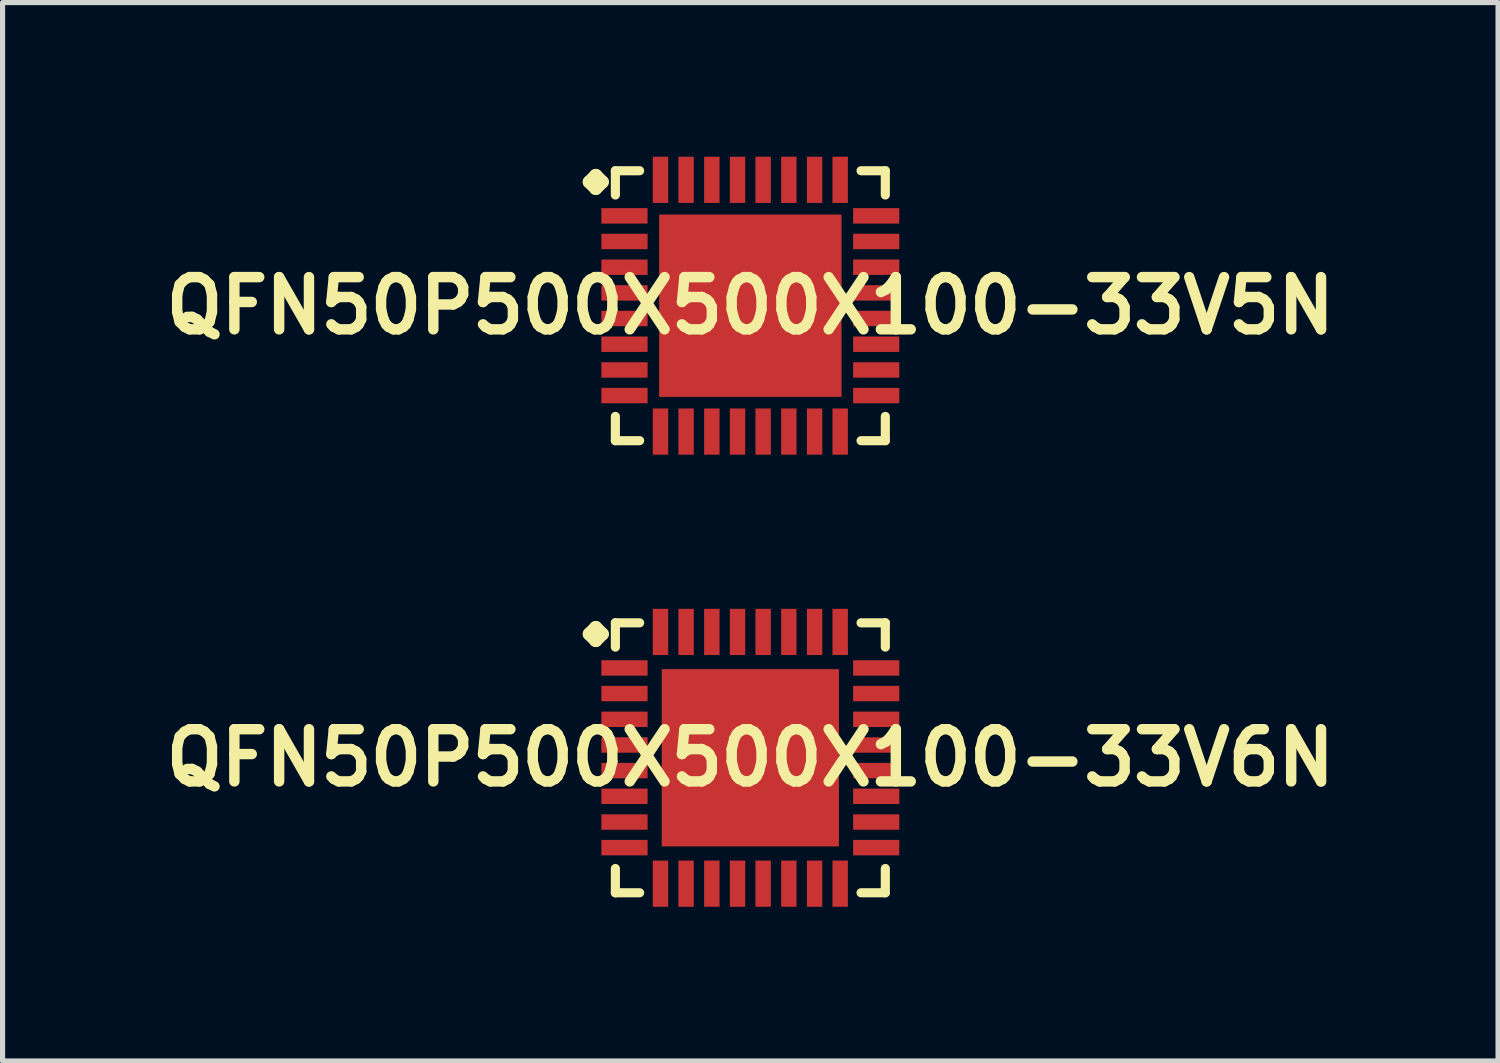
<source format=kicad_pcb>
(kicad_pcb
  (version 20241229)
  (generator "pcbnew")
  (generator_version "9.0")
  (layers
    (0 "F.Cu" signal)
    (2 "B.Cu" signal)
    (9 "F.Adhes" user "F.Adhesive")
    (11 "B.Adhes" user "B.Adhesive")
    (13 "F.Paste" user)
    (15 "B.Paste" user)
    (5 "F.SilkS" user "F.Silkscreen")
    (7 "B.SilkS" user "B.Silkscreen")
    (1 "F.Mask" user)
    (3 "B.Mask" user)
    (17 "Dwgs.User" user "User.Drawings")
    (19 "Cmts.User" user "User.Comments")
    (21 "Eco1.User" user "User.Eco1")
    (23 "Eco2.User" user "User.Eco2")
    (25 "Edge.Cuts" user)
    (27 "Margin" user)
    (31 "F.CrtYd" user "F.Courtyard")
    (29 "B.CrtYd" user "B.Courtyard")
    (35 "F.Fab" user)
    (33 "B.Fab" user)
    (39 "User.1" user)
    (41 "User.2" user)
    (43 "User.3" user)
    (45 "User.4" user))
  (footprint "QFN50P500X500X100-33V6N"
    (layer "F.Cu")
    (at 11.549 11.694)
    (property "Reference" "QFN50P500X500X100-33V6N" (at 0 0 0) (layer "F.SilkS") (effects (font (size 1.016 1.016) (thickness 0.203))))
    (attr smd)
    (fp_line (start -3.134 -2.408) (end -3.007 -2.535) (stroke (width 0.254) (type solid)) (layer "F.SilkS"))
    (fp_line (start -3.007 -2.535) (end -2.88 -2.408) (stroke (width 0.254) (type solid)) (layer "F.SilkS"))
    (fp_line (start -3.007 -2.281) (end -3.134 -2.408) (stroke (width 0.254) (type solid)) (layer "F.SilkS"))
    (fp_line (start -2.88 -2.408) (end -3.007 -2.281) (stroke (width 0.254) (type solid)) (layer "F.SilkS"))
    (fp_line (start -2.626 -2.626) (end -2.154 -2.626) (stroke (width 0.178) (type solid)) (layer "F.SilkS"))
    (fp_line (start -2.626 -2.154) (end -2.626 -2.626) (stroke (width 0.178) (type solid)) (layer "F.SilkS"))
    (fp_line (start -2.626 2.154) (end -2.626 2.626) (stroke (width 0.178) (type solid)) (layer "F.SilkS"))
    (fp_line (start -2.626 2.626) (end -2.154 2.626) (stroke (width 0.178) (type solid)) (layer "F.SilkS"))
    (fp_line (start 2.154 -2.626) (end 2.626 -2.626) (stroke (width 0.178) (type solid)) (layer "F.SilkS"))
    (fp_line (start 2.154 2.626) (end 2.626 2.626) (stroke (width 0.178) (type solid)) (layer "F.SilkS"))
    (fp_line (start 2.626 -2.626) (end 2.626 -2.154) (stroke (width 0.178) (type solid)) (layer "F.SilkS"))
    (fp_line (start 2.626 2.626) (end 2.626 2.154) (stroke (width 0.178) (type solid)) (layer "F.SilkS"))
    (pad "1" smd rect (at -2.449 -1.748) (size 0.899 0.3) (layers "F.Cu" "F.Mask" "F.Paste"))
    (pad "2" smd rect (at -2.449 -1.25) (size 0.899 0.3) (layers "F.Cu" "F.Mask" "F.Paste"))
    (pad "3" smd rect (at -2.449 -0.749) (size 0.899 0.3) (layers "F.Cu" "F.Mask" "F.Paste"))
    (pad "4" smd rect (at -2.449 -0.249) (size 0.899 0.3) (layers "F.Cu" "F.Mask" "F.Paste"))
    (pad "5" smd rect (at -2.449 0.249) (size 0.899 0.3) (layers "F.Cu" "F.Mask" "F.Paste"))
    (pad "6" smd rect (at -2.449 0.749) (size 0.899 0.3) (layers "F.Cu" "F.Mask" "F.Paste"))
    (pad "7" smd rect (at -2.449 1.25) (size 0.899 0.3) (layers "F.Cu" "F.Mask" "F.Paste"))
    (pad "8" smd rect (at -2.449 1.748) (size 0.899 0.3) (layers "F.Cu" "F.Mask" "F.Paste"))
    (pad "9" smd rect (at -1.748 2.449) (size 0.3 0.899) (layers "F.Cu" "F.Mask" "F.Paste"))
    (pad "10" smd rect (at -1.25 2.449) (size 0.3 0.899) (layers "F.Cu" "F.Mask" "F.Paste"))
    (pad "11" smd rect (at -0.749 2.449) (size 0.3 0.899) (layers "F.Cu" "F.Mask" "F.Paste"))
    (pad "12" smd rect (at -0.249 2.449) (size 0.3 0.899) (layers "F.Cu" "F.Mask" "F.Paste"))
    (pad "13" smd rect (at 0.249 2.449) (size 0.3 0.899) (layers "F.Cu" "F.Mask" "F.Paste"))
    (pad "14" smd rect (at 0.749 2.449) (size 0.3 0.899) (layers "F.Cu" "F.Mask" "F.Paste"))
    (pad "15" smd rect (at 1.25 2.449) (size 0.3 0.899) (layers "F.Cu" "F.Mask" "F.Paste"))
    (pad "16" smd rect (at 1.748 2.449) (size 0.3 0.899) (layers "F.Cu" "F.Mask" "F.Paste"))
    (pad "17" smd rect (at 2.449 1.748) (size 0.899 0.3) (layers "F.Cu" "F.Mask" "F.Paste"))
    (pad "18" smd rect (at 2.449 1.25) (size 0.899 0.3) (layers "F.Cu" "F.Mask" "F.Paste"))
    (pad "19" smd rect (at 2.449 0.749) (size 0.899 0.3) (layers "F.Cu" "F.Mask" "F.Paste"))
    (pad "20" smd rect (at 2.449 0.249) (size 0.899 0.3) (layers "F.Cu" "F.Mask" "F.Paste"))
    (pad "21" smd rect (at 2.449 -0.249) (size 0.899 0.3) (layers "F.Cu" "F.Mask" "F.Paste"))
    (pad "22" smd rect (at 2.449 -0.749) (size 0.899 0.3) (layers "F.Cu" "F.Mask" "F.Paste"))
    (pad "23" smd rect (at 2.449 -1.25) (size 0.899 0.3) (layers "F.Cu" "F.Mask" "F.Paste"))
    (pad "24" smd rect (at 2.449 -1.748) (size 0.899 0.3) (layers "F.Cu" "F.Mask" "F.Paste"))
    (pad "25" smd rect (at 1.748 -2.449) (size 0.3 0.899) (layers "F.Cu" "F.Mask" "F.Paste"))
    (pad "26" smd rect (at 1.25 -2.449) (size 0.3 0.899) (layers "F.Cu" "F.Mask" "F.Paste"))
    (pad "27" smd rect (at 0.749 -2.449) (size 0.3 0.899) (layers "F.Cu" "F.Mask" "F.Paste"))
    (pad "28" smd rect (at 0.249 -2.449) (size 0.3 0.899) (layers "F.Cu" "F.Mask" "F.Paste"))
    (pad "29" smd rect (at -0.249 -2.449) (size 0.3 0.899) (layers "F.Cu" "F.Mask" "F.Paste"))
    (pad "30" smd rect (at -0.749 -2.449) (size 0.3 0.899) (layers "F.Cu" "F.Mask" "F.Paste"))
    (pad "31" smd rect (at -1.25 -2.449) (size 0.3 0.899) (layers "F.Cu" "F.Mask" "F.Paste"))
    (pad "32" smd rect (at -1.748 -2.449) (size 0.3 0.899) (layers "F.Cu" "F.Mask" "F.Paste"))
    (pad "33" smd rect (at 0 0) (size 3.449 3.449) (layers "F.Cu" "F.Mask" "F.Paste")))
  (footprint "QFN50P500X500X100-33V5N"
    (layer "F.Cu")
    (at 11.549 2.898)
    (property "Reference" "QFN50P500X500X100-33V5N" (at 0 0 0) (layer "F.SilkS") (effects (font (size 1.016 1.016) (thickness 0.203))))
    (attr smd)
    (fp_line (start -3.134 -2.408) (end -3.007 -2.535) (stroke (width 0.254) (type solid)) (layer "F.SilkS"))
    (fp_line (start -3.007 -2.535) (end -2.88 -2.408) (stroke (width 0.254) (type solid)) (layer "F.SilkS"))
    (fp_line (start -3.007 -2.281) (end -3.134 -2.408) (stroke (width 0.254) (type solid)) (layer "F.SilkS"))
    (fp_line (start -2.88 -2.408) (end -3.007 -2.281) (stroke (width 0.254) (type solid)) (layer "F.SilkS"))
    (fp_line (start -2.626 -2.626) (end -2.154 -2.626) (stroke (width 0.178) (type solid)) (layer "F.SilkS"))
    (fp_line (start -2.626 -2.154) (end -2.626 -2.626) (stroke (width 0.178) (type solid)) (layer "F.SilkS"))
    (fp_line (start -2.626 2.154) (end -2.626 2.626) (stroke (width 0.178) (type solid)) (layer "F.SilkS"))
    (fp_line (start -2.626 2.626) (end -2.154 2.626) (stroke (width 0.178) (type solid)) (layer "F.SilkS"))
    (fp_line (start 2.154 -2.626) (end 2.626 -2.626) (stroke (width 0.178) (type solid)) (layer "F.SilkS"))
    (fp_line (start 2.154 2.626) (end 2.626 2.626) (stroke (width 0.178) (type solid)) (layer "F.SilkS"))
    (fp_line (start 2.626 -2.626) (end 2.626 -2.154) (stroke (width 0.178) (type solid)) (layer "F.SilkS"))
    (fp_line (start 2.626 2.626) (end 2.626 2.154) (stroke (width 0.178) (type solid)) (layer "F.SilkS"))
    (pad "1" smd rect (at -2.449 -1.748) (size 0.899 0.3) (layers "F.Cu" "F.Mask" "F.Paste"))
    (pad "2" smd rect (at -2.449 -1.25) (size 0.899 0.3) (layers "F.Cu" "F.Mask" "F.Paste"))
    (pad "3" smd rect (at -2.449 -0.749) (size 0.899 0.3) (layers "F.Cu" "F.Mask" "F.Paste"))
    (pad "4" smd rect (at -2.449 -0.249) (size 0.899 0.3) (layers "F.Cu" "F.Mask" "F.Paste"))
    (pad "5" smd rect (at -2.449 0.249) (size 0.899 0.3) (layers "F.Cu" "F.Mask" "F.Paste"))
    (pad "6" smd rect (at -2.449 0.749) (size 0.899 0.3) (layers "F.Cu" "F.Mask" "F.Paste"))
    (pad "7" smd rect (at -2.449 1.25) (size 0.899 0.3) (layers "F.Cu" "F.Mask" "F.Paste"))
    (pad "8" smd rect (at -2.449 1.748) (size 0.899 0.3) (layers "F.Cu" "F.Mask" "F.Paste"))
    (pad "9" smd rect (at -1.748 2.449) (size 0.3 0.899) (layers "F.Cu" "F.Mask" "F.Paste"))
    (pad "10" smd rect (at -1.25 2.449) (size 0.3 0.899) (layers "F.Cu" "F.Mask" "F.Paste"))
    (pad "11" smd rect (at -0.749 2.449) (size 0.3 0.899) (layers "F.Cu" "F.Mask" "F.Paste"))
    (pad "12" smd rect (at -0.249 2.449) (size 0.3 0.899) (layers "F.Cu" "F.Mask" "F.Paste"))
    (pad "13" smd rect (at 0.249 2.449) (size 0.3 0.899) (layers "F.Cu" "F.Mask" "F.Paste"))
    (pad "14" smd rect (at 0.749 2.449) (size 0.3 0.899) (layers "F.Cu" "F.Mask" "F.Paste"))
    (pad "15" smd rect (at 1.25 2.449) (size 0.3 0.899) (layers "F.Cu" "F.Mask" "F.Paste"))
    (pad "16" smd rect (at 1.748 2.449) (size 0.3 0.899) (layers "F.Cu" "F.Mask" "F.Paste"))
    (pad "17" smd rect (at 2.449 1.748) (size 0.899 0.3) (layers "F.Cu" "F.Mask" "F.Paste"))
    (pad "18" smd rect (at 2.449 1.25) (size 0.899 0.3) (layers "F.Cu" "F.Mask" "F.Paste"))
    (pad "19" smd rect (at 2.449 0.749) (size 0.899 0.3) (layers "F.Cu" "F.Mask" "F.Paste"))
    (pad "20" smd rect (at 2.449 0.249) (size 0.899 0.3) (layers "F.Cu" "F.Mask" "F.Paste"))
    (pad "21" smd rect (at 2.449 -0.249) (size 0.899 0.3) (layers "F.Cu" "F.Mask" "F.Paste"))
    (pad "22" smd rect (at 2.449 -0.749) (size 0.899 0.3) (layers "F.Cu" "F.Mask" "F.Paste"))
    (pad "23" smd rect (at 2.449 -1.25) (size 0.899 0.3) (layers "F.Cu" "F.Mask" "F.Paste"))
    (pad "24" smd rect (at 2.449 -1.748) (size 0.899 0.3) (layers "F.Cu" "F.Mask" "F.Paste"))
    (pad "25" smd rect (at 1.748 -2.449) (size 0.3 0.899) (layers "F.Cu" "F.Mask" "F.Paste"))
    (pad "26" smd rect (at 1.25 -2.449) (size 0.3 0.899) (layers "F.Cu" "F.Mask" "F.Paste"))
    (pad "27" smd rect (at 0.749 -2.449) (size 0.3 0.899) (layers "F.Cu" "F.Mask" "F.Paste"))
    (pad "28" smd rect (at 0.249 -2.449) (size 0.3 0.899) (layers "F.Cu" "F.Mask" "F.Paste"))
    (pad "29" smd rect (at -0.249 -2.449) (size 0.3 0.899) (layers "F.Cu" "F.Mask" "F.Paste"))
    (pad "30" smd rect (at -0.749 -2.449) (size 0.3 0.899) (layers "F.Cu" "F.Mask" "F.Paste"))
    (pad "31" smd rect (at -1.25 -2.449) (size 0.3 0.899) (layers "F.Cu" "F.Mask" "F.Paste"))
    (pad "32" smd rect (at -1.748 -2.449) (size 0.3 0.899) (layers "F.Cu" "F.Mask" "F.Paste"))
    (pad "33" smd rect (at 0 0) (size 3.548 3.548) (layers "F.Cu" "F.Mask" "F.Paste")))
  (gr_rect
    (start -3 -3)
    (end 26.097 17.593)
    (stroke (width 0.1) (type default))
    (fill no)
    (layer "Edge.Cuts")))
</source>
